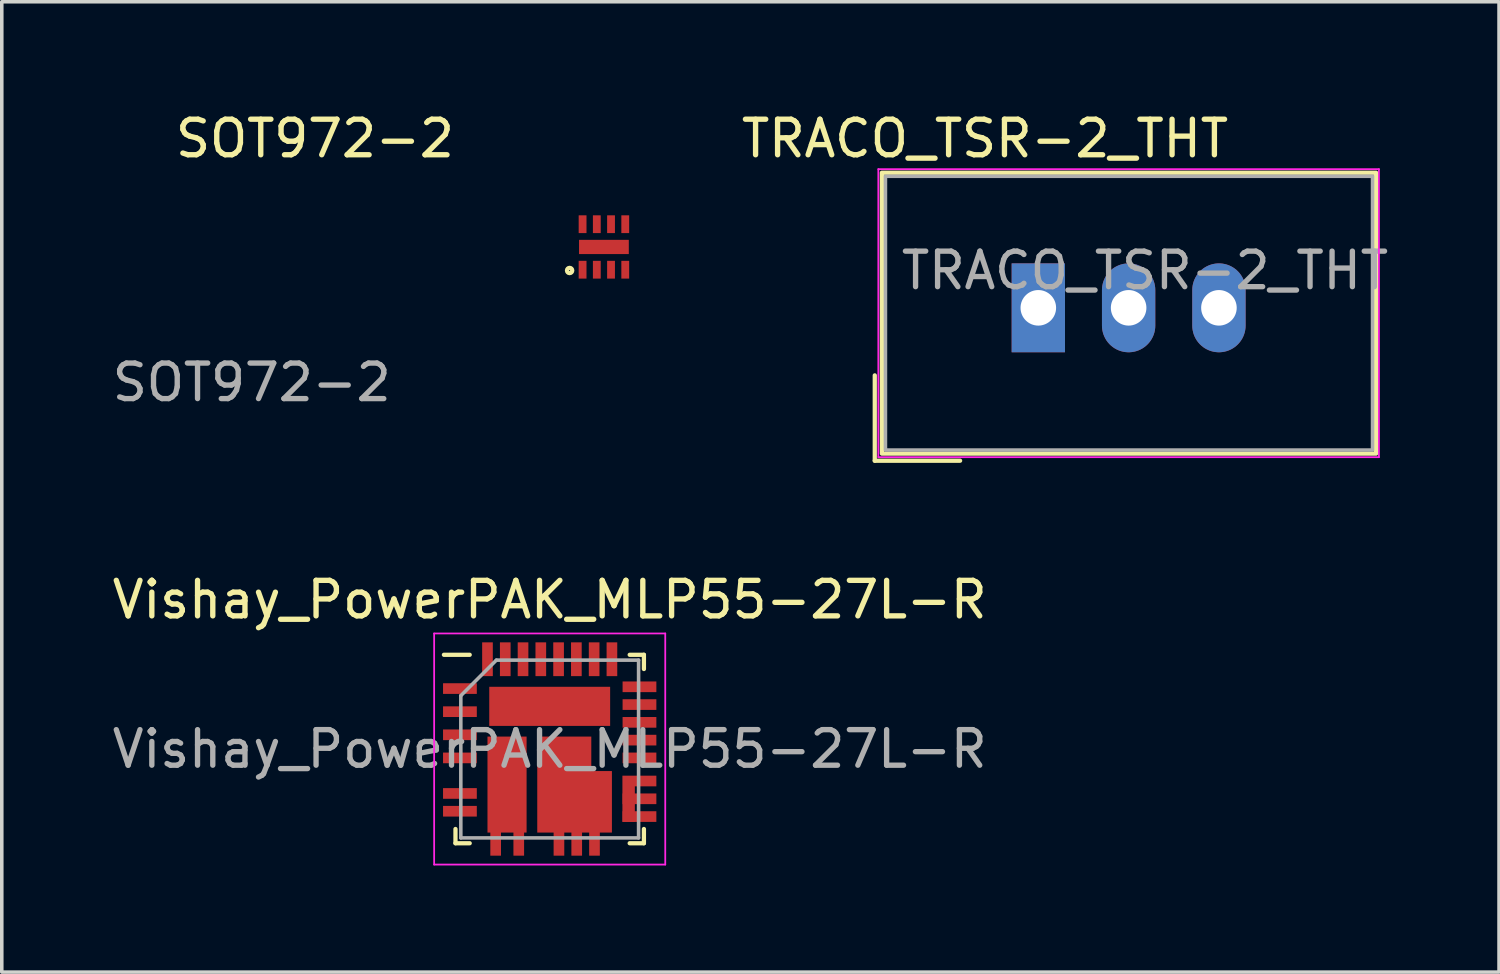
<source format=kicad_pcb>
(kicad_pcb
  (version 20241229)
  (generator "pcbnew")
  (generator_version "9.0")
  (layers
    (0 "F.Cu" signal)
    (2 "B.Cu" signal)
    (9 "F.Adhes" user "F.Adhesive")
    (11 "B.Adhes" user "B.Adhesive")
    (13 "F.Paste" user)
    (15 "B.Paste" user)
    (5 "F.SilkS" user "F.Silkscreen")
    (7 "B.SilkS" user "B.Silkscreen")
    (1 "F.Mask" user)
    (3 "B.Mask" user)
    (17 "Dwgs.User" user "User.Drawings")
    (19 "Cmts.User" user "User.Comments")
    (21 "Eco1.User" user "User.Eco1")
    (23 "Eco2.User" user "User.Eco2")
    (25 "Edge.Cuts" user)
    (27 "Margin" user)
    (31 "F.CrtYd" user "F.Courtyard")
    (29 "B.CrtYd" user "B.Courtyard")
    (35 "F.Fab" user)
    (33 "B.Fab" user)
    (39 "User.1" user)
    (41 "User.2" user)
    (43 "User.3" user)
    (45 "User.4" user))
  (footprint "SOT972-2"
    (layer "F.Cu")
    (at 13.936 3.896)
    (property "Reference" "SOT972-2" (at -8.128 -3.048 0) (unlocked yes) (layer "F.SilkS") (effects (font (size 1 1) (thickness 0.15))))
    (attr smd)
    (fp_rect (start -0.76 -0.34) (end 0.76 -0.94) (stroke (width 0) (type solid)) (fill yes) (layer "F.Mask"))
    (fp_rect (start -0.76 0.94) (end 0.76 0.34) (stroke (width 0) (type solid)) (fill yes) (layer "F.Mask"))
    (fp_circle (center -0.965 0.662) (end -0.892 0.674) (stroke (width 0.12) (type solid)) (fill no) (layer "F.SilkS"))
    (fp_rect (start -0.25 -0.15) (end 0.25 0.15) (stroke (width 0) (type solid)) (fill yes) (layer "F.Paste"))
    (fp_text user "${REFERENCE}" (at -9.906 3.81 0) (unlocked yes) (layer "F.Fab") (effects (font (size 1 1) (thickness 0.15))))
    (pad "1" smd rect (at -0.6 0.64) (size 0.22 0.5) (layers "F.Cu" "F.Mask" "F.Paste"))
    (pad "2" smd rect (at -0.2 0.64) (size 0.22 0.5) (layers "F.Cu" "F.Mask" "F.Paste"))
    (pad "3" smd rect (at 0.2 0.64) (size 0.22 0.5) (layers "F.Cu" "F.Mask" "F.Paste"))
    (pad "4" smd rect (at 0.6 0.64) (size 0.22 0.5) (layers "F.Cu" "F.Mask" "F.Paste"))
    (pad "5" smd rect (at 0.6 -0.64) (size 0.22 0.5) (layers "F.Cu" "F.Mask" "F.Paste"))
    (pad "6" smd rect (at 0.2 -0.64) (size 0.22 0.5) (layers "F.Cu" "F.Mask" "F.Paste"))
    (pad "7" smd rect (at -0.2 -0.64) (size 0.22 0.5) (layers "F.Cu" "F.Mask" "F.Paste"))
    (pad "8" smd rect (at -0.6 -0.64) (size 0.22 0.5) (layers "F.Cu" "F.Mask" "F.Paste"))
    (pad "9" smd rect (at 0 0) (size 1.4 0.4) (layers "F.Cu" "F.Mask")))
  (footprint "TRACO_TSR-2_THT"
    (layer "F.Cu")
    (at 26.154 5.608)
    (property "Reference" "TRACO_TSR-2_THT" (at -1.5 -4.76 0) (layer "F.SilkS") (effects (font (size 1 1) (thickness 0.15))))
    (attr through_hole)
    (fp_line (start -4.6 1.9) (end -4.6 4.3) (stroke (width 0.12) (type solid)) (layer "F.SilkS"))
    (fp_line (start -4.6 4.3) (end -2.2 4.3) (stroke (width 0.12) (type solid)) (layer "F.SilkS"))
    (fp_rect (start -4.4 -3.8) (end 9.5 4.1) (stroke (width 0.12) (type solid)) (fill no) (layer "F.SilkS"))
    (fp_line (start -4.5 -3.9) (end 9.58 -3.9) (stroke (width 0.05) (type solid)) (layer "F.CrtYd"))
    (fp_line (start -4.5 4.2) (end -4.5 -3.9) (stroke (width 0.05) (type solid)) (layer "F.CrtYd"))
    (fp_line (start 9.58 -3.9) (end 9.58 4.2) (stroke (width 0.05) (type solid)) (layer "F.CrtYd"))
    (fp_line (start 9.58 4.2) (end -4.5 4.2) (stroke (width 0.05) (type solid)) (layer "F.CrtYd"))
    (fp_rect (start -4.3 -3.7) (end 9.4 4) (stroke (width 0.1) (type solid)) (fill no) (layer "F.Fab"))
    (fp_text user "${REFERENCE}" (at 3 -1.05 0) (layer "F.Fab") (effects (font (size 1 1) (thickness 0.15))))
    (pad "1" thru_hole rect (at 0 0) (size 1.5 2.5) (drill 1) (layers "*.Cu" "*.Mask"))
    (pad "2" thru_hole oval (at 2.54 0) (size 1.5 2.5) (drill 1) (layers "*.Cu" "*.Mask"))
    (pad "3" thru_hole oval (at 5.08 0) (size 1.5 2.5) (drill 1) (layers "*.Cu" "*.Mask")))
  (footprint "Vishay_PowerPAK_MLP55-27L-R"
    (layer "F.Cu")
    (at 12.411 18.017)
    (property "Reference" "Vishay_PowerPAK_MLP55-27L-R" (at 0 -4.2 0) (layer "F.SilkS") (effects (font (size 1 1) (thickness 0.15))))
    (attr smd)
    (fp_line (start -2.65 2.65) (end -2.65 2.25) (stroke (width 0.12) (type solid)) (layer "F.SilkS"))
    (fp_line (start -2.25 -2.65) (end -2.975 -2.65) (stroke (width 0.12) (type solid)) (layer "F.SilkS"))
    (fp_line (start -2.25 2.65) (end -2.65 2.65) (stroke (width 0.12) (type solid)) (layer "F.SilkS"))
    (fp_line (start 2.25 -2.65) (end 2.65 -2.65) (stroke (width 0.12) (type solid)) (layer "F.SilkS"))
    (fp_line (start 2.25 2.65) (end 2.65 2.65) (stroke (width 0.12) (type solid)) (layer "F.SilkS"))
    (fp_line (start 2.65 -2.65) (end 2.65 -2.25) (stroke (width 0.12) (type solid)) (layer "F.SilkS"))
    (fp_line (start 2.65 2.65) (end 2.65 2.25) (stroke (width 0.12) (type solid)) (layer "F.SilkS"))
    (fp_line (start -3.25 -3.25) (end 3.25 -3.25) (stroke (width 0.05) (type solid)) (layer "F.CrtYd"))
    (fp_line (start -3.25 3.25) (end -3.25 -3.25) (stroke (width 0.05) (type solid)) (layer "F.CrtYd"))
    (fp_line (start 3.25 -3.25) (end 3.25 3.25) (stroke (width 0.05) (type solid)) (layer "F.CrtYd"))
    (fp_line (start 3.25 3.25) (end -3.25 3.25) (stroke (width 0.05) (type solid)) (layer "F.CrtYd"))
    (fp_line (start -2.5 -1.5) (end -2.5 2.5) (stroke (width 0.1) (type solid)) (layer "F.Fab"))
    (fp_line (start -2.5 2.5) (end 2.5 2.5) (stroke (width 0.1) (type solid)) (layer "F.Fab"))
    (fp_line (start -1.5 -2.5) (end -2.5 -1.5) (stroke (width 0.1) (type solid)) (layer "F.Fab"))
    (fp_line (start 2.5 -2.5) (end -1.5 -2.5) (stroke (width 0.1) (type solid)) (layer "F.Fab"))
    (fp_line (start 2.5 2.5) (end 2.5 -2.5) (stroke (width 0.1) (type solid)) (layer "F.Fab"))
    (fp_text user "${REFERENCE}" (at 0 0 0) (layer "F.Fab") (effects (font (size 1 1) (thickness 0.15))))
    (pad "1" smd rect (at -2.525 -1.7 90) (size 0.3 0.95) (layers "F.Cu" "F.Mask" "F.Paste"))
    (pad "2" smd rect (at -2.525 -1.05 90) (size 0.3 0.95) (layers "F.Cu" "F.Mask" "F.Paste"))
    (pad "3" smd rect (at -2.525 -0.4 90) (size 0.3 0.95) (layers "F.Cu" "F.Mask" "F.Paste"))
    (pad "4" smd rect (at -2.525 0.25 90) (size 0.3 0.95) (layers "F.Cu" "F.Mask" "F.Paste"))
    (pad "5" smd rect (at -2.525 1.25 90) (size 0.3 0.95) (layers "F.Cu" "F.Mask" "F.Paste"))
    (pad "6" smd rect (at -2.525 1.75 90) (size 0.3 0.95) (layers "F.Cu" "F.Mask" "F.Paste"))
    (pad "7" smd rect (at -1.52 2.525) (size 0.3 0.95) (layers "F.Cu" "F.Mask" "F.Paste"))
    (pad "8" smd rect (at -0.87 2.525) (size 0.3 0.95) (layers "F.Cu" "F.Mask" "F.Paste"))
    (pad "9" smd rect (at 0.26 2.525) (size 0.3 0.95) (layers "F.Cu" "F.Mask" "F.Paste"))
    (pad "10" smd rect (at 0.76 2.525) (size 0.3 0.95) (layers "F.Cu" "F.Mask" "F.Paste"))
    (pad "11" smd rect (at 1.26 2.525) (size 0.3 0.95) (layers "F.Cu" "F.Mask" "F.Paste"))
    (pad "12" smd rect (at 2.525 1.9 90) (size 0.3 0.95) (layers "F.Cu" "F.Mask" "F.Paste"))
    (pad "13" smd rect (at 2.525 1.4 90) (size 0.3 0.95) (layers "F.Cu" "F.Mask" "F.Paste"))
    (pad "14" smd custom (at 2.525 0.9 90) (size 0.3 0.95) (layers "F.Cu" "F.Mask" "F.Paste") (options (anchor rect)) (primitives (gr_poly (pts (xy 0.15 -0.48) (xy 0.15 -0.13) (xy -1.15 -0.13) (xy -1.15 -0.48)) (width 0) (fill yes))))
    (pad "15" smd rect (at 2.525 0.25 90) (size 0.3 0.95) (layers "F.Cu" "F.Mask" "F.Paste"))
    (pad "16" smd rect (at 2.525 -0.25 90) (size 0.3 0.95) (layers "F.Cu" "F.Mask" "F.Paste"))
    (pad "17" smd rect (at 2.525 -0.75 90) (size 0.3 0.95) (layers "F.Cu" "F.Mask" "F.Paste"))
    (pad "18" smd rect (at 2.525 -1.25 90) (size 0.3 0.95) (layers "F.Cu" "F.Mask" "F.Paste"))
    (pad "19" smd rect (at 2.525 -1.75 90) (size 0.3 0.95) (layers "F.Cu" "F.Mask" "F.Paste"))
    (pad "20" smd rect (at 1.75 -2.525) (size 0.3 0.95) (layers "F.Cu" "F.Mask" "F.Paste"))
    (pad "21" smd rect (at 1.25 -2.525) (size 0.3 0.95) (layers "F.Cu" "F.Mask" "F.Paste"))
    (pad "22" smd rect (at 0.75 -2.525) (size 0.3 0.95) (layers "F.Cu" "F.Mask" "F.Paste"))
    (pad "23" smd rect (at 0.25 -2.525) (size 0.3 0.95) (layers "F.Cu" "F.Mask" "F.Paste"))
    (pad "24" smd rect (at -0.25 -2.525) (size 0.3 0.95) (layers "F.Cu" "F.Mask" "F.Paste"))
    (pad "25" smd rect (at -0.75 -2.525) (size 0.3 0.95) (layers "F.Cu" "F.Mask" "F.Paste"))
    (pad "26" smd rect (at -1.25 -2.525) (size 0.3 0.95) (layers "F.Cu" "F.Mask" "F.Paste"))
    (pad "27" smd rect (at -1.75 -2.525) (size 0.3 0.95) (layers "F.Cu" "F.Mask" "F.Paste"))
    (pad "28" smd rect (at 0 -1.2 180) (size 3.4 1.1) (layers "F.Cu" "F.Mask" "F.Paste"))
    (pad "29" smd rect (at -1.2 1 180) (size 1.1 2.7) (layers "F.Cu" "F.Mask" "F.Paste"))
    (pad "30" smd custom (at -0.05 -0.05) (size 0.6 0.6) (layers "F.Cu" "F.Mask" "F.Paste") (options (anchor rect)) (primitives (gr_poly (pts (xy -0.3 -0.3) (xy 1.22 -0.3) (xy 1.22 0.67) (xy 1.8 0.67) (xy 1.8 2.4) (xy -0.3 2.4)) (width 0) (fill yes)))))
  (gr_rect
    (start -3 -3)
    (end 39.112 24.291)
    (stroke (width 0.1) (type default))
    (fill no)
    (layer "Edge.Cuts")))
</source>
